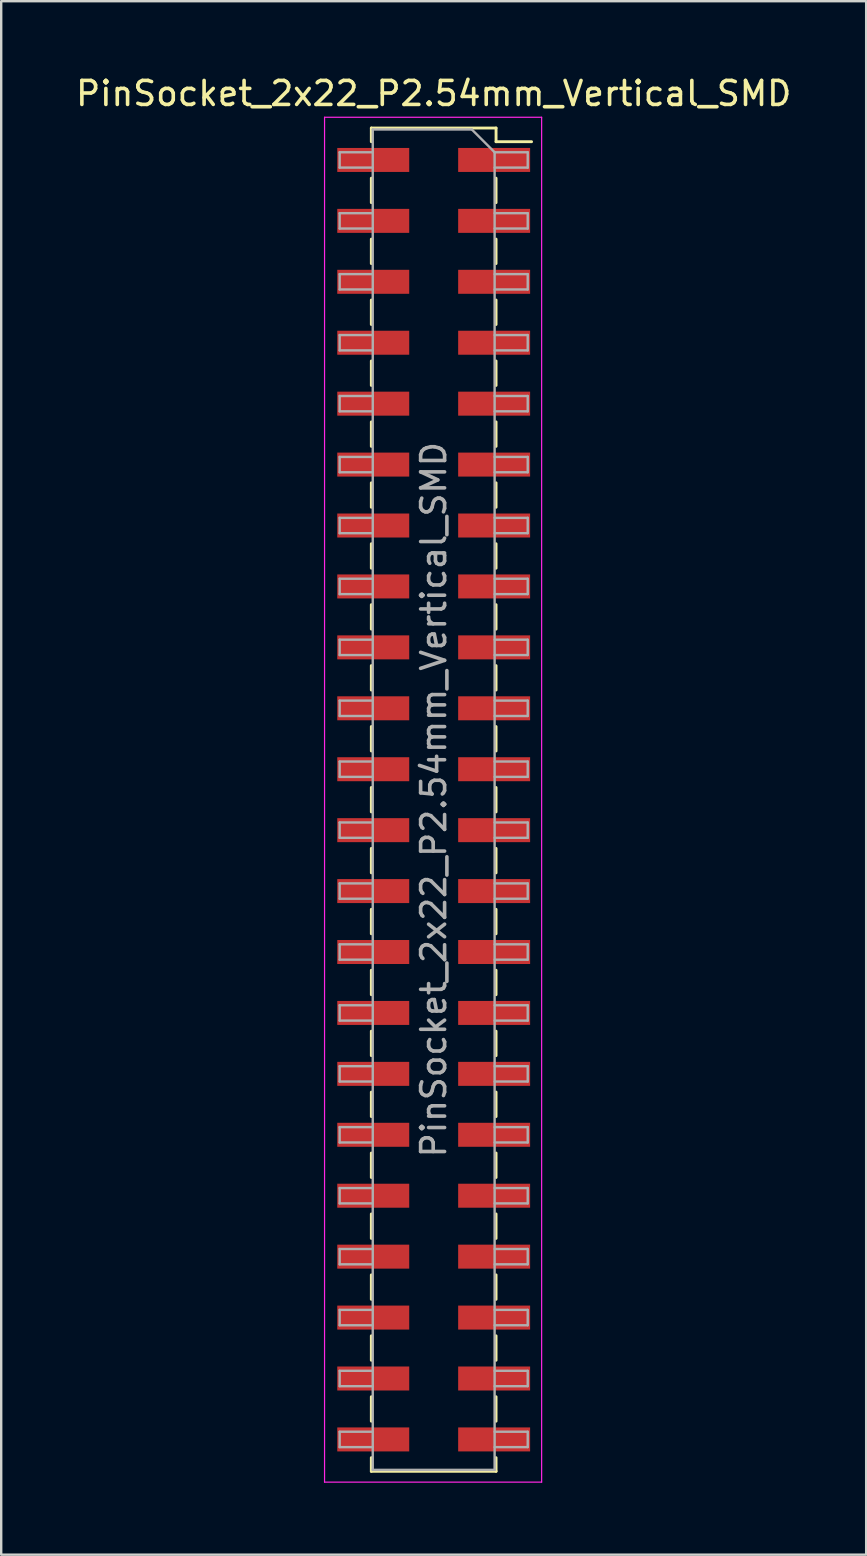
<source format=kicad_pcb>
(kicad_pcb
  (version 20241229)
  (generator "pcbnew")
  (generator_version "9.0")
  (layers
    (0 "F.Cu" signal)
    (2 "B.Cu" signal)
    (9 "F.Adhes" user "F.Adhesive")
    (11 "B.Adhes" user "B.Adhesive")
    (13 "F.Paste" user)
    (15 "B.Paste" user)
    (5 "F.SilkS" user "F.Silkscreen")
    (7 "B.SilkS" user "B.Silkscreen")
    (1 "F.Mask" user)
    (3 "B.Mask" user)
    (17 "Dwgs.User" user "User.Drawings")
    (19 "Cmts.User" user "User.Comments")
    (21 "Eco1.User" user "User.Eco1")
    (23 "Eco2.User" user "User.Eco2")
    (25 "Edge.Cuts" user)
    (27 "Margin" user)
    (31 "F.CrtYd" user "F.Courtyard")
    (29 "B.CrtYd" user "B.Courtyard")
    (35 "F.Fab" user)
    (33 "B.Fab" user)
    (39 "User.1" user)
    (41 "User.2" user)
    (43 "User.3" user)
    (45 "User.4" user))
  (footprint "PinSocket_2x22_P2.54mm_Vertical_SMD"
    (layer "F.Cu")
    (at 15.03 30.288)
    (property "Reference" "PinSocket_2x22_P2.54mm_Vertical_SMD" (at 0 -29.44 0) (layer "F.SilkS") (effects (font (size 1 1) (thickness 0.15))))
    (attr smd)
    (fp_line (start -2.6 -28) (end 2.6 -28) (stroke (width 0.12) (type solid)) (layer "F.SilkS"))
    (fp_line (start -2.6 -27.43) (end -2.6 -28) (stroke (width 0.12) (type solid)) (layer "F.SilkS"))
    (fp_line (start -2.6 -25.91) (end -2.6 -24.89) (stroke (width 0.12) (type solid)) (layer "F.SilkS"))
    (fp_line (start -2.6 -23.37) (end -2.6 -22.35) (stroke (width 0.12) (type solid)) (layer "F.SilkS"))
    (fp_line (start -2.6 -20.83) (end -2.6 -19.81) (stroke (width 0.12) (type solid)) (layer "F.SilkS"))
    (fp_line (start -2.6 -18.29) (end -2.6 -17.27) (stroke (width 0.12) (type solid)) (layer "F.SilkS"))
    (fp_line (start -2.6 -15.75) (end -2.6 -14.73) (stroke (width 0.12) (type solid)) (layer "F.SilkS"))
    (fp_line (start -2.6 -13.21) (end -2.6 -12.19) (stroke (width 0.12) (type solid)) (layer "F.SilkS"))
    (fp_line (start -2.6 -10.67) (end -2.6 -9.65) (stroke (width 0.12) (type solid)) (layer "F.SilkS"))
    (fp_line (start -2.6 -8.13) (end -2.6 -7.11) (stroke (width 0.12) (type solid)) (layer "F.SilkS"))
    (fp_line (start -2.6 -5.59) (end -2.6 -4.57) (stroke (width 0.12) (type solid)) (layer "F.SilkS"))
    (fp_line (start -2.6 -3.05) (end -2.6 -2.03) (stroke (width 0.12) (type solid)) (layer "F.SilkS"))
    (fp_line (start -2.6 -0.51) (end -2.6 0.51) (stroke (width 0.12) (type solid)) (layer "F.SilkS"))
    (fp_line (start -2.6 2.03) (end -2.6 3.05) (stroke (width 0.12) (type solid)) (layer "F.SilkS"))
    (fp_line (start -2.6 4.57) (end -2.6 5.59) (stroke (width 0.12) (type solid)) (layer "F.SilkS"))
    (fp_line (start -2.6 7.11) (end -2.6 8.13) (stroke (width 0.12) (type solid)) (layer "F.SilkS"))
    (fp_line (start -2.6 9.65) (end -2.6 10.67) (stroke (width 0.12) (type solid)) (layer "F.SilkS"))
    (fp_line (start -2.6 12.19) (end -2.6 13.21) (stroke (width 0.12) (type solid)) (layer "F.SilkS"))
    (fp_line (start -2.6 14.73) (end -2.6 15.75) (stroke (width 0.12) (type solid)) (layer "F.SilkS"))
    (fp_line (start -2.6 17.27) (end -2.6 18.29) (stroke (width 0.12) (type solid)) (layer "F.SilkS"))
    (fp_line (start -2.6 19.81) (end -2.6 20.83) (stroke (width 0.12) (type solid)) (layer "F.SilkS"))
    (fp_line (start -2.6 22.35) (end -2.6 23.37) (stroke (width 0.12) (type solid)) (layer "F.SilkS"))
    (fp_line (start -2.6 24.89) (end -2.6 25.91) (stroke (width 0.12) (type solid)) (layer "F.SilkS"))
    (fp_line (start -2.6 28) (end -2.6 27.43) (stroke (width 0.12) (type solid)) (layer "F.SilkS"))
    (fp_line (start 2.6 -28) (end 2.6 -27.43) (stroke (width 0.12) (type solid)) (layer "F.SilkS"))
    (fp_line (start 2.6 -27.43) (end 4.08 -27.43) (stroke (width 0.12) (type solid)) (layer "F.SilkS"))
    (fp_line (start 2.6 -24.89) (end 2.6 -25.91) (stroke (width 0.12) (type solid)) (layer "F.SilkS"))
    (fp_line (start 2.6 -22.35) (end 2.6 -23.37) (stroke (width 0.12) (type solid)) (layer "F.SilkS"))
    (fp_line (start 2.6 -19.81) (end 2.6 -20.83) (stroke (width 0.12) (type solid)) (layer "F.SilkS"))
    (fp_line (start 2.6 -17.27) (end 2.6 -18.29) (stroke (width 0.12) (type solid)) (layer "F.SilkS"))
    (fp_line (start 2.6 -14.73) (end 2.6 -15.75) (stroke (width 0.12) (type solid)) (layer "F.SilkS"))
    (fp_line (start 2.6 -12.19) (end 2.6 -13.21) (stroke (width 0.12) (type solid)) (layer "F.SilkS"))
    (fp_line (start 2.6 -9.65) (end 2.6 -10.67) (stroke (width 0.12) (type solid)) (layer "F.SilkS"))
    (fp_line (start 2.6 -7.11) (end 2.6 -8.13) (stroke (width 0.12) (type solid)) (layer "F.SilkS"))
    (fp_line (start 2.6 -4.57) (end 2.6 -5.59) (stroke (width 0.12) (type solid)) (layer "F.SilkS"))
    (fp_line (start 2.6 -2.03) (end 2.6 -3.05) (stroke (width 0.12) (type solid)) (layer "F.SilkS"))
    (fp_line (start 2.6 0.51) (end 2.6 -0.51) (stroke (width 0.12) (type solid)) (layer "F.SilkS"))
    (fp_line (start 2.6 3.05) (end 2.6 2.03) (stroke (width 0.12) (type solid)) (layer "F.SilkS"))
    (fp_line (start 2.6 5.59) (end 2.6 4.57) (stroke (width 0.12) (type solid)) (layer "F.SilkS"))
    (fp_line (start 2.6 8.13) (end 2.6 7.11) (stroke (width 0.12) (type solid)) (layer "F.SilkS"))
    (fp_line (start 2.6 10.67) (end 2.6 9.65) (stroke (width 0.12) (type solid)) (layer "F.SilkS"))
    (fp_line (start 2.6 13.21) (end 2.6 12.19) (stroke (width 0.12) (type solid)) (layer "F.SilkS"))
    (fp_line (start 2.6 15.75) (end 2.6 14.73) (stroke (width 0.12) (type solid)) (layer "F.SilkS"))
    (fp_line (start 2.6 18.29) (end 2.6 17.27) (stroke (width 0.12) (type solid)) (layer "F.SilkS"))
    (fp_line (start 2.6 20.83) (end 2.6 19.81) (stroke (width 0.12) (type solid)) (layer "F.SilkS"))
    (fp_line (start 2.6 23.37) (end 2.6 22.35) (stroke (width 0.12) (type solid)) (layer "F.SilkS"))
    (fp_line (start 2.6 25.91) (end 2.6 24.89) (stroke (width 0.12) (type solid)) (layer "F.SilkS"))
    (fp_line (start 2.6 27.43) (end 2.6 28) (stroke (width 0.12) (type solid)) (layer "F.SilkS"))
    (fp_line (start 2.6 28) (end -2.6 28) (stroke (width 0.12) (type solid)) (layer "F.SilkS"))
    (fp_line (start -4.55 -28.45) (end 4.5 -28.45) (stroke (width 0.05) (type solid)) (layer "F.CrtYd"))
    (fp_line (start -4.55 28.45) (end -4.55 -28.45) (stroke (width 0.05) (type solid)) (layer "F.CrtYd"))
    (fp_line (start 4.5 -28.45) (end 4.5 28.45) (stroke (width 0.05) (type solid)) (layer "F.CrtYd"))
    (fp_line (start 4.5 28.45) (end -4.55 28.45) (stroke (width 0.05) (type solid)) (layer "F.CrtYd"))
    (fp_line (start -3.92 -26.99) (end -2.54 -26.99) (stroke (width 0.1) (type solid)) (layer "F.Fab"))
    (fp_line (start -3.92 -26.35) (end -3.92 -26.99) (stroke (width 0.1) (type solid)) (layer "F.Fab"))
    (fp_line (start -3.92 -24.45) (end -2.54 -24.45) (stroke (width 0.1) (type solid)) (layer "F.Fab"))
    (fp_line (start -3.92 -23.81) (end -3.92 -24.45) (stroke (width 0.1) (type solid)) (layer "F.Fab"))
    (fp_line (start -3.92 -21.91) (end -2.54 -21.91) (stroke (width 0.1) (type solid)) (layer "F.Fab"))
    (fp_line (start -3.92 -21.27) (end -3.92 -21.91) (stroke (width 0.1) (type solid)) (layer "F.Fab"))
    (fp_line (start -3.92 -19.37) (end -2.54 -19.37) (stroke (width 0.1) (type solid)) (layer "F.Fab"))
    (fp_line (start -3.92 -18.73) (end -3.92 -19.37) (stroke (width 0.1) (type solid)) (layer "F.Fab"))
    (fp_line (start -3.92 -16.83) (end -2.54 -16.83) (stroke (width 0.1) (type solid)) (layer "F.Fab"))
    (fp_line (start -3.92 -16.19) (end -3.92 -16.83) (stroke (width 0.1) (type solid)) (layer "F.Fab"))
    (fp_line (start -3.92 -14.29) (end -2.54 -14.29) (stroke (width 0.1) (type solid)) (layer "F.Fab"))
    (fp_line (start -3.92 -13.65) (end -3.92 -14.29) (stroke (width 0.1) (type solid)) (layer "F.Fab"))
    (fp_line (start -3.92 -11.75) (end -2.54 -11.75) (stroke (width 0.1) (type solid)) (layer "F.Fab"))
    (fp_line (start -3.92 -11.11) (end -3.92 -11.75) (stroke (width 0.1) (type solid)) (layer "F.Fab"))
    (fp_line (start -3.92 -9.21) (end -2.54 -9.21) (stroke (width 0.1) (type solid)) (layer "F.Fab"))
    (fp_line (start -3.92 -8.57) (end -3.92 -9.21) (stroke (width 0.1) (type solid)) (layer "F.Fab"))
    (fp_line (start -3.92 -6.67) (end -2.54 -6.67) (stroke (width 0.1) (type solid)) (layer "F.Fab"))
    (fp_line (start -3.92 -6.03) (end -3.92 -6.67) (stroke (width 0.1) (type solid)) (layer "F.Fab"))
    (fp_line (start -3.92 -4.13) (end -2.54 -4.13) (stroke (width 0.1) (type solid)) (layer "F.Fab"))
    (fp_line (start -3.92 -3.49) (end -3.92 -4.13) (stroke (width 0.1) (type solid)) (layer "F.Fab"))
    (fp_line (start -3.92 -1.59) (end -2.54 -1.59) (stroke (width 0.1) (type solid)) (layer "F.Fab"))
    (fp_line (start -3.92 -0.95) (end -3.92 -1.59) (stroke (width 0.1) (type solid)) (layer "F.Fab"))
    (fp_line (start -3.92 0.95) (end -2.54 0.95) (stroke (width 0.1) (type solid)) (layer "F.Fab"))
    (fp_line (start -3.92 1.59) (end -3.92 0.95) (stroke (width 0.1) (type solid)) (layer "F.Fab"))
    (fp_line (start -3.92 3.49) (end -2.54 3.49) (stroke (width 0.1) (type solid)) (layer "F.Fab"))
    (fp_line (start -3.92 4.13) (end -3.92 3.49) (stroke (width 0.1) (type solid)) (layer "F.Fab"))
    (fp_line (start -3.92 6.03) (end -2.54 6.03) (stroke (width 0.1) (type solid)) (layer "F.Fab"))
    (fp_line (start -3.92 6.67) (end -3.92 6.03) (stroke (width 0.1) (type solid)) (layer "F.Fab"))
    (fp_line (start -3.92 8.57) (end -2.54 8.57) (stroke (width 0.1) (type solid)) (layer "F.Fab"))
    (fp_line (start -3.92 9.21) (end -3.92 8.57) (stroke (width 0.1) (type solid)) (layer "F.Fab"))
    (fp_line (start -3.92 11.11) (end -2.54 11.11) (stroke (width 0.1) (type solid)) (layer "F.Fab"))
    (fp_line (start -3.92 11.75) (end -3.92 11.11) (stroke (width 0.1) (type solid)) (layer "F.Fab"))
    (fp_line (start -3.92 13.65) (end -2.54 13.65) (stroke (width 0.1) (type solid)) (layer "F.Fab"))
    (fp_line (start -3.92 14.29) (end -3.92 13.65) (stroke (width 0.1) (type solid)) (layer "F.Fab"))
    (fp_line (start -3.92 16.19) (end -2.54 16.19) (stroke (width 0.1) (type solid)) (layer "F.Fab"))
    (fp_line (start -3.92 16.83) (end -3.92 16.19) (stroke (width 0.1) (type solid)) (layer "F.Fab"))
    (fp_line (start -3.92 18.73) (end -2.54 18.73) (stroke (width 0.1) (type solid)) (layer "F.Fab"))
    (fp_line (start -3.92 19.37) (end -3.92 18.73) (stroke (width 0.1) (type solid)) (layer "F.Fab"))
    (fp_line (start -3.92 21.27) (end -2.54 21.27) (stroke (width 0.1) (type solid)) (layer "F.Fab"))
    (fp_line (start -3.92 21.91) (end -3.92 21.27) (stroke (width 0.1) (type solid)) (layer "F.Fab"))
    (fp_line (start -3.92 23.81) (end -2.54 23.81) (stroke (width 0.1) (type solid)) (layer "F.Fab"))
    (fp_line (start -3.92 24.45) (end -3.92 23.81) (stroke (width 0.1) (type solid)) (layer "F.Fab"))
    (fp_line (start -3.92 26.35) (end -2.54 26.35) (stroke (width 0.1) (type solid)) (layer "F.Fab"))
    (fp_line (start -3.92 26.99) (end -3.92 26.35) (stroke (width 0.1) (type solid)) (layer "F.Fab"))
    (fp_line (start -2.54 -27.94) (end 1.59 -27.94) (stroke (width 0.1) (type solid)) (layer "F.Fab"))
    (fp_line (start -2.54 -26.35) (end -3.92 -26.35) (stroke (width 0.1) (type solid)) (layer "F.Fab"))
    (fp_line (start -2.54 -23.81) (end -3.92 -23.81) (stroke (width 0.1) (type solid)) (layer "F.Fab"))
    (fp_line (start -2.54 -21.27) (end -3.92 -21.27) (stroke (width 0.1) (type solid)) (layer "F.Fab"))
    (fp_line (start -2.54 -18.73) (end -3.92 -18.73) (stroke (width 0.1) (type solid)) (layer "F.Fab"))
    (fp_line (start -2.54 -16.19) (end -3.92 -16.19) (stroke (width 0.1) (type solid)) (layer "F.Fab"))
    (fp_line (start -2.54 -13.65) (end -3.92 -13.65) (stroke (width 0.1) (type solid)) (layer "F.Fab"))
    (fp_line (start -2.54 -11.11) (end -3.92 -11.11) (stroke (width 0.1) (type solid)) (layer "F.Fab"))
    (fp_line (start -2.54 -8.57) (end -3.92 -8.57) (stroke (width 0.1) (type solid)) (layer "F.Fab"))
    (fp_line (start -2.54 -6.03) (end -3.92 -6.03) (stroke (width 0.1) (type solid)) (layer "F.Fab"))
    (fp_line (start -2.54 -3.49) (end -3.92 -3.49) (stroke (width 0.1) (type solid)) (layer "F.Fab"))
    (fp_line (start -2.54 -0.95) (end -3.92 -0.95) (stroke (width 0.1) (type solid)) (layer "F.Fab"))
    (fp_line (start -2.54 1.59) (end -3.92 1.59) (stroke (width 0.1) (type solid)) (layer "F.Fab"))
    (fp_line (start -2.54 4.13) (end -3.92 4.13) (stroke (width 0.1) (type solid)) (layer "F.Fab"))
    (fp_line (start -2.54 6.67) (end -3.92 6.67) (stroke (width 0.1) (type solid)) (layer "F.Fab"))
    (fp_line (start -2.54 9.21) (end -3.92 9.21) (stroke (width 0.1) (type solid)) (layer "F.Fab"))
    (fp_line (start -2.54 11.75) (end -3.92 11.75) (stroke (width 0.1) (type solid)) (layer "F.Fab"))
    (fp_line (start -2.54 14.29) (end -3.92 14.29) (stroke (width 0.1) (type solid)) (layer "F.Fab"))
    (fp_line (start -2.54 16.83) (end -3.92 16.83) (stroke (width 0.1) (type solid)) (layer "F.Fab"))
    (fp_line (start -2.54 19.37) (end -3.92 19.37) (stroke (width 0.1) (type solid)) (layer "F.Fab"))
    (fp_line (start -2.54 21.91) (end -3.92 21.91) (stroke (width 0.1) (type solid)) (layer "F.Fab"))
    (fp_line (start -2.54 24.45) (end -3.92 24.45) (stroke (width 0.1) (type solid)) (layer "F.Fab"))
    (fp_line (start -2.54 26.99) (end -3.92 26.99) (stroke (width 0.1) (type solid)) (layer "F.Fab"))
    (fp_line (start -2.54 27.94) (end -2.54 -27.94) (stroke (width 0.1) (type solid)) (layer "F.Fab"))
    (fp_line (start 1.59 -27.94) (end 2.54 -26.99) (stroke (width 0.1) (type solid)) (layer "F.Fab"))
    (fp_line (start 2.54 -26.99) (end 2.54 27.94) (stroke (width 0.1) (type solid)) (layer "F.Fab"))
    (fp_line (start 2.54 -26.99) (end 3.92 -26.99) (stroke (width 0.1) (type solid)) (layer "F.Fab"))
    (fp_line (start 2.54 -24.45) (end 3.92 -24.45) (stroke (width 0.1) (type solid)) (layer "F.Fab"))
    (fp_line (start 2.54 -21.91) (end 3.92 -21.91) (stroke (width 0.1) (type solid)) (layer "F.Fab"))
    (fp_line (start 2.54 -19.37) (end 3.92 -19.37) (stroke (width 0.1) (type solid)) (layer "F.Fab"))
    (fp_line (start 2.54 -16.83) (end 3.92 -16.83) (stroke (width 0.1) (type solid)) (layer "F.Fab"))
    (fp_line (start 2.54 -14.29) (end 3.92 -14.29) (stroke (width 0.1) (type solid)) (layer "F.Fab"))
    (fp_line (start 2.54 -11.75) (end 3.92 -11.75) (stroke (width 0.1) (type solid)) (layer "F.Fab"))
    (fp_line (start 2.54 -9.21) (end 3.92 -9.21) (stroke (width 0.1) (type solid)) (layer "F.Fab"))
    (fp_line (start 2.54 -6.67) (end 3.92 -6.67) (stroke (width 0.1) (type solid)) (layer "F.Fab"))
    (fp_line (start 2.54 -4.13) (end 3.92 -4.13) (stroke (width 0.1) (type solid)) (layer "F.Fab"))
    (fp_line (start 2.54 -1.59) (end 3.92 -1.59) (stroke (width 0.1) (type solid)) (layer "F.Fab"))
    (fp_line (start 2.54 0.95) (end 3.92 0.95) (stroke (width 0.1) (type solid)) (layer "F.Fab"))
    (fp_line (start 2.54 3.49) (end 3.92 3.49) (stroke (width 0.1) (type solid)) (layer "F.Fab"))
    (fp_line (start 2.54 6.03) (end 3.92 6.03) (stroke (width 0.1) (type solid)) (layer "F.Fab"))
    (fp_line (start 2.54 8.57) (end 3.92 8.57) (stroke (width 0.1) (type solid)) (layer "F.Fab"))
    (fp_line (start 2.54 11.11) (end 3.92 11.11) (stroke (width 0.1) (type solid)) (layer "F.Fab"))
    (fp_line (start 2.54 13.65) (end 3.92 13.65) (stroke (width 0.1) (type solid)) (layer "F.Fab"))
    (fp_line (start 2.54 16.19) (end 3.92 16.19) (stroke (width 0.1) (type solid)) (layer "F.Fab"))
    (fp_line (start 2.54 18.73) (end 3.92 18.73) (stroke (width 0.1) (type solid)) (layer "F.Fab"))
    (fp_line (start 2.54 21.27) (end 3.92 21.27) (stroke (width 0.1) (type solid)) (layer "F.Fab"))
    (fp_line (start 2.54 23.81) (end 3.92 23.81) (stroke (width 0.1) (type solid)) (layer "F.Fab"))
    (fp_line (start 2.54 26.35) (end 3.92 26.35) (stroke (width 0.1) (type solid)) (layer "F.Fab"))
    (fp_line (start 2.54 27.94) (end -2.54 27.94) (stroke (width 0.1) (type solid)) (layer "F.Fab"))
    (fp_line (start 3.92 -26.99) (end 3.92 -26.35) (stroke (width 0.1) (type solid)) (layer "F.Fab"))
    (fp_line (start 3.92 -26.35) (end 2.54 -26.35) (stroke (width 0.1) (type solid)) (layer "F.Fab"))
    (fp_line (start 3.92 -24.45) (end 3.92 -23.81) (stroke (width 0.1) (type solid)) (layer "F.Fab"))
    (fp_line (start 3.92 -23.81) (end 2.54 -23.81) (stroke (width 0.1) (type solid)) (layer "F.Fab"))
    (fp_line (start 3.92 -21.91) (end 3.92 -21.27) (stroke (width 0.1) (type solid)) (layer "F.Fab"))
    (fp_line (start 3.92 -21.27) (end 2.54 -21.27) (stroke (width 0.1) (type solid)) (layer "F.Fab"))
    (fp_line (start 3.92 -19.37) (end 3.92 -18.73) (stroke (width 0.1) (type solid)) (layer "F.Fab"))
    (fp_line (start 3.92 -18.73) (end 2.54 -18.73) (stroke (width 0.1) (type solid)) (layer "F.Fab"))
    (fp_line (start 3.92 -16.83) (end 3.92 -16.19) (stroke (width 0.1) (type solid)) (layer "F.Fab"))
    (fp_line (start 3.92 -16.19) (end 2.54 -16.19) (stroke (width 0.1) (type solid)) (layer "F.Fab"))
    (fp_line (start 3.92 -14.29) (end 3.92 -13.65) (stroke (width 0.1) (type solid)) (layer "F.Fab"))
    (fp_line (start 3.92 -13.65) (end 2.54 -13.65) (stroke (width 0.1) (type solid)) (layer "F.Fab"))
    (fp_line (start 3.92 -11.75) (end 3.92 -11.11) (stroke (width 0.1) (type solid)) (layer "F.Fab"))
    (fp_line (start 3.92 -11.11) (end 2.54 -11.11) (stroke (width 0.1) (type solid)) (layer "F.Fab"))
    (fp_line (start 3.92 -9.21) (end 3.92 -8.57) (stroke (width 0.1) (type solid)) (layer "F.Fab"))
    (fp_line (start 3.92 -8.57) (end 2.54 -8.57) (stroke (width 0.1) (type solid)) (layer "F.Fab"))
    (fp_line (start 3.92 -6.67) (end 3.92 -6.03) (stroke (width 0.1) (type solid)) (layer "F.Fab"))
    (fp_line (start 3.92 -6.03) (end 2.54 -6.03) (stroke (width 0.1) (type solid)) (layer "F.Fab"))
    (fp_line (start 3.92 -4.13) (end 3.92 -3.49) (stroke (width 0.1) (type solid)) (layer "F.Fab"))
    (fp_line (start 3.92 -3.49) (end 2.54 -3.49) (stroke (width 0.1) (type solid)) (layer "F.Fab"))
    (fp_line (start 3.92 -1.59) (end 3.92 -0.95) (stroke (width 0.1) (type solid)) (layer "F.Fab"))
    (fp_line (start 3.92 -0.95) (end 2.54 -0.95) (stroke (width 0.1) (type solid)) (layer "F.Fab"))
    (fp_line (start 3.92 0.95) (end 3.92 1.59) (stroke (width 0.1) (type solid)) (layer "F.Fab"))
    (fp_line (start 3.92 1.59) (end 2.54 1.59) (stroke (width 0.1) (type solid)) (layer "F.Fab"))
    (fp_line (start 3.92 3.49) (end 3.92 4.13) (stroke (width 0.1) (type solid)) (layer "F.Fab"))
    (fp_line (start 3.92 4.13) (end 2.54 4.13) (stroke (width 0.1) (type solid)) (layer "F.Fab"))
    (fp_line (start 3.92 6.03) (end 3.92 6.67) (stroke (width 0.1) (type solid)) (layer "F.Fab"))
    (fp_line (start 3.92 6.67) (end 2.54 6.67) (stroke (width 0.1) (type solid)) (layer "F.Fab"))
    (fp_line (start 3.92 8.57) (end 3.92 9.21) (stroke (width 0.1) (type solid)) (layer "F.Fab"))
    (fp_line (start 3.92 9.21) (end 2.54 9.21) (stroke (width 0.1) (type solid)) (layer "F.Fab"))
    (fp_line (start 3.92 11.11) (end 3.92 11.75) (stroke (width 0.1) (type solid)) (layer "F.Fab"))
    (fp_line (start 3.92 11.75) (end 2.54 11.75) (stroke (width 0.1) (type solid)) (layer "F.Fab"))
    (fp_line (start 3.92 13.65) (end 3.92 14.29) (stroke (width 0.1) (type solid)) (layer "F.Fab"))
    (fp_line (start 3.92 14.29) (end 2.54 14.29) (stroke (width 0.1) (type solid)) (layer "F.Fab"))
    (fp_line (start 3.92 16.19) (end 3.92 16.83) (stroke (width 0.1) (type solid)) (layer "F.Fab"))
    (fp_line (start 3.92 16.83) (end 2.54 16.83) (stroke (width 0.1) (type solid)) (layer "F.Fab"))
    (fp_line (start 3.92 18.73) (end 3.92 19.37) (stroke (width 0.1) (type solid)) (layer "F.Fab"))
    (fp_line (start 3.92 19.37) (end 2.54 19.37) (stroke (width 0.1) (type solid)) (layer "F.Fab"))
    (fp_line (start 3.92 21.27) (end 3.92 21.91) (stroke (width 0.1) (type solid)) (layer "F.Fab"))
    (fp_line (start 3.92 21.91) (end 2.54 21.91) (stroke (width 0.1) (type solid)) (layer "F.Fab"))
    (fp_line (start 3.92 23.81) (end 3.92 24.45) (stroke (width 0.1) (type solid)) (layer "F.Fab"))
    (fp_line (start 3.92 24.45) (end 2.54 24.45) (stroke (width 0.1) (type solid)) (layer "F.Fab"))
    (fp_line (start 3.92 26.35) (end 3.92 26.99) (stroke (width 0.1) (type solid)) (layer "F.Fab"))
    (fp_line (start 3.92 26.99) (end 2.54 26.99) (stroke (width 0.1) (type solid)) (layer "F.Fab"))
    (fp_text user "${REFERENCE}" (at 0 0 90) (layer "F.Fab") (effects (font (size 1 1) (thickness 0.15))))
    (pad "1" smd rect (at 2.52 -26.67) (size 3 1) (layers "F.Cu" "F.Mask" "F.Paste"))
    (pad "2" smd rect (at -2.52 -26.67) (size 3 1) (layers "F.Cu" "F.Mask" "F.Paste"))
    (pad "3" smd rect (at 2.52 -24.13) (size 3 1) (layers "F.Cu" "F.Mask" "F.Paste"))
    (pad "4" smd rect (at -2.52 -24.13) (size 3 1) (layers "F.Cu" "F.Mask" "F.Paste"))
    (pad "5" smd rect (at 2.52 -21.59) (size 3 1) (layers "F.Cu" "F.Mask" "F.Paste"))
    (pad "6" smd rect (at -2.52 -21.59) (size 3 1) (layers "F.Cu" "F.Mask" "F.Paste"))
    (pad "7" smd rect (at 2.52 -19.05) (size 3 1) (layers "F.Cu" "F.Mask" "F.Paste"))
    (pad "8" smd rect (at -2.52 -19.05) (size 3 1) (layers "F.Cu" "F.Mask" "F.Paste"))
    (pad "9" smd rect (at 2.52 -16.51) (size 3 1) (layers "F.Cu" "F.Mask" "F.Paste"))
    (pad "10" smd rect (at -2.52 -16.51) (size 3 1) (layers "F.Cu" "F.Mask" "F.Paste"))
    (pad "11" smd rect (at 2.52 -13.97) (size 3 1) (layers "F.Cu" "F.Mask" "F.Paste"))
    (pad "12" smd rect (at -2.52 -13.97) (size 3 1) (layers "F.Cu" "F.Mask" "F.Paste"))
    (pad "13" smd rect (at 2.52 -11.43) (size 3 1) (layers "F.Cu" "F.Mask" "F.Paste"))
    (pad "14" smd rect (at -2.52 -11.43) (size 3 1) (layers "F.Cu" "F.Mask" "F.Paste"))
    (pad "15" smd rect (at 2.52 -8.89) (size 3 1) (layers "F.Cu" "F.Mask" "F.Paste"))
    (pad "16" smd rect (at -2.52 -8.89) (size 3 1) (layers "F.Cu" "F.Mask" "F.Paste"))
    (pad "17" smd rect (at 2.52 -6.35) (size 3 1) (layers "F.Cu" "F.Mask" "F.Paste"))
    (pad "18" smd rect (at -2.52 -6.35) (size 3 1) (layers "F.Cu" "F.Mask" "F.Paste"))
    (pad "19" smd rect (at 2.52 -3.81) (size 3 1) (layers "F.Cu" "F.Mask" "F.Paste"))
    (pad "20" smd rect (at -2.52 -3.81) (size 3 1) (layers "F.Cu" "F.Mask" "F.Paste"))
    (pad "21" smd rect (at 2.52 -1.27) (size 3 1) (layers "F.Cu" "F.Mask" "F.Paste"))
    (pad "22" smd rect (at -2.52 -1.27) (size 3 1) (layers "F.Cu" "F.Mask" "F.Paste"))
    (pad "23" smd rect (at 2.52 1.27) (size 3 1) (layers "F.Cu" "F.Mask" "F.Paste"))
    (pad "24" smd rect (at -2.52 1.27) (size 3 1) (layers "F.Cu" "F.Mask" "F.Paste"))
    (pad "25" smd rect (at 2.52 3.81) (size 3 1) (layers "F.Cu" "F.Mask" "F.Paste"))
    (pad "26" smd rect (at -2.52 3.81) (size 3 1) (layers "F.Cu" "F.Mask" "F.Paste"))
    (pad "27" smd rect (at 2.52 6.35) (size 3 1) (layers "F.Cu" "F.Mask" "F.Paste"))
    (pad "28" smd rect (at -2.52 6.35) (size 3 1) (layers "F.Cu" "F.Mask" "F.Paste"))
    (pad "29" smd rect (at 2.52 8.89) (size 3 1) (layers "F.Cu" "F.Mask" "F.Paste"))
    (pad "30" smd rect (at -2.52 8.89) (size 3 1) (layers "F.Cu" "F.Mask" "F.Paste"))
    (pad "31" smd rect (at 2.52 11.43) (size 3 1) (layers "F.Cu" "F.Mask" "F.Paste"))
    (pad "32" smd rect (at -2.52 11.43) (size 3 1) (layers "F.Cu" "F.Mask" "F.Paste"))
    (pad "33" smd rect (at 2.52 13.97) (size 3 1) (layers "F.Cu" "F.Mask" "F.Paste"))
    (pad "34" smd rect (at -2.52 13.97) (size 3 1) (layers "F.Cu" "F.Mask" "F.Paste"))
    (pad "35" smd rect (at 2.52 16.51) (size 3 1) (layers "F.Cu" "F.Mask" "F.Paste"))
    (pad "36" smd rect (at -2.52 16.51) (size 3 1) (layers "F.Cu" "F.Mask" "F.Paste"))
    (pad "37" smd rect (at 2.52 19.05) (size 3 1) (layers "F.Cu" "F.Mask" "F.Paste"))
    (pad "38" smd rect (at -2.52 19.05) (size 3 1) (layers "F.Cu" "F.Mask" "F.Paste"))
    (pad "39" smd rect (at 2.52 21.59) (size 3 1) (layers "F.Cu" "F.Mask" "F.Paste"))
    (pad "40" smd rect (at -2.52 21.59) (size 3 1) (layers "F.Cu" "F.Mask" "F.Paste"))
    (pad "41" smd rect (at 2.52 24.13) (size 3 1) (layers "F.Cu" "F.Mask" "F.Paste"))
    (pad "42" smd rect (at -2.52 24.13) (size 3 1) (layers "F.Cu" "F.Mask" "F.Paste"))
    (pad "43" smd rect (at 2.52 26.67) (size 3 1) (layers "F.Cu" "F.Mask" "F.Paste"))
    (pad "44" smd rect (at -2.52 26.67) (size 3 1) (layers "F.Cu" "F.Mask" "F.Paste")))
  (gr_rect
    (start -3 -3)
    (end 33.06 61.763)
    (stroke (width 0.1) (type default))
    (fill no)
    (layer "Edge.Cuts")))
</source>
